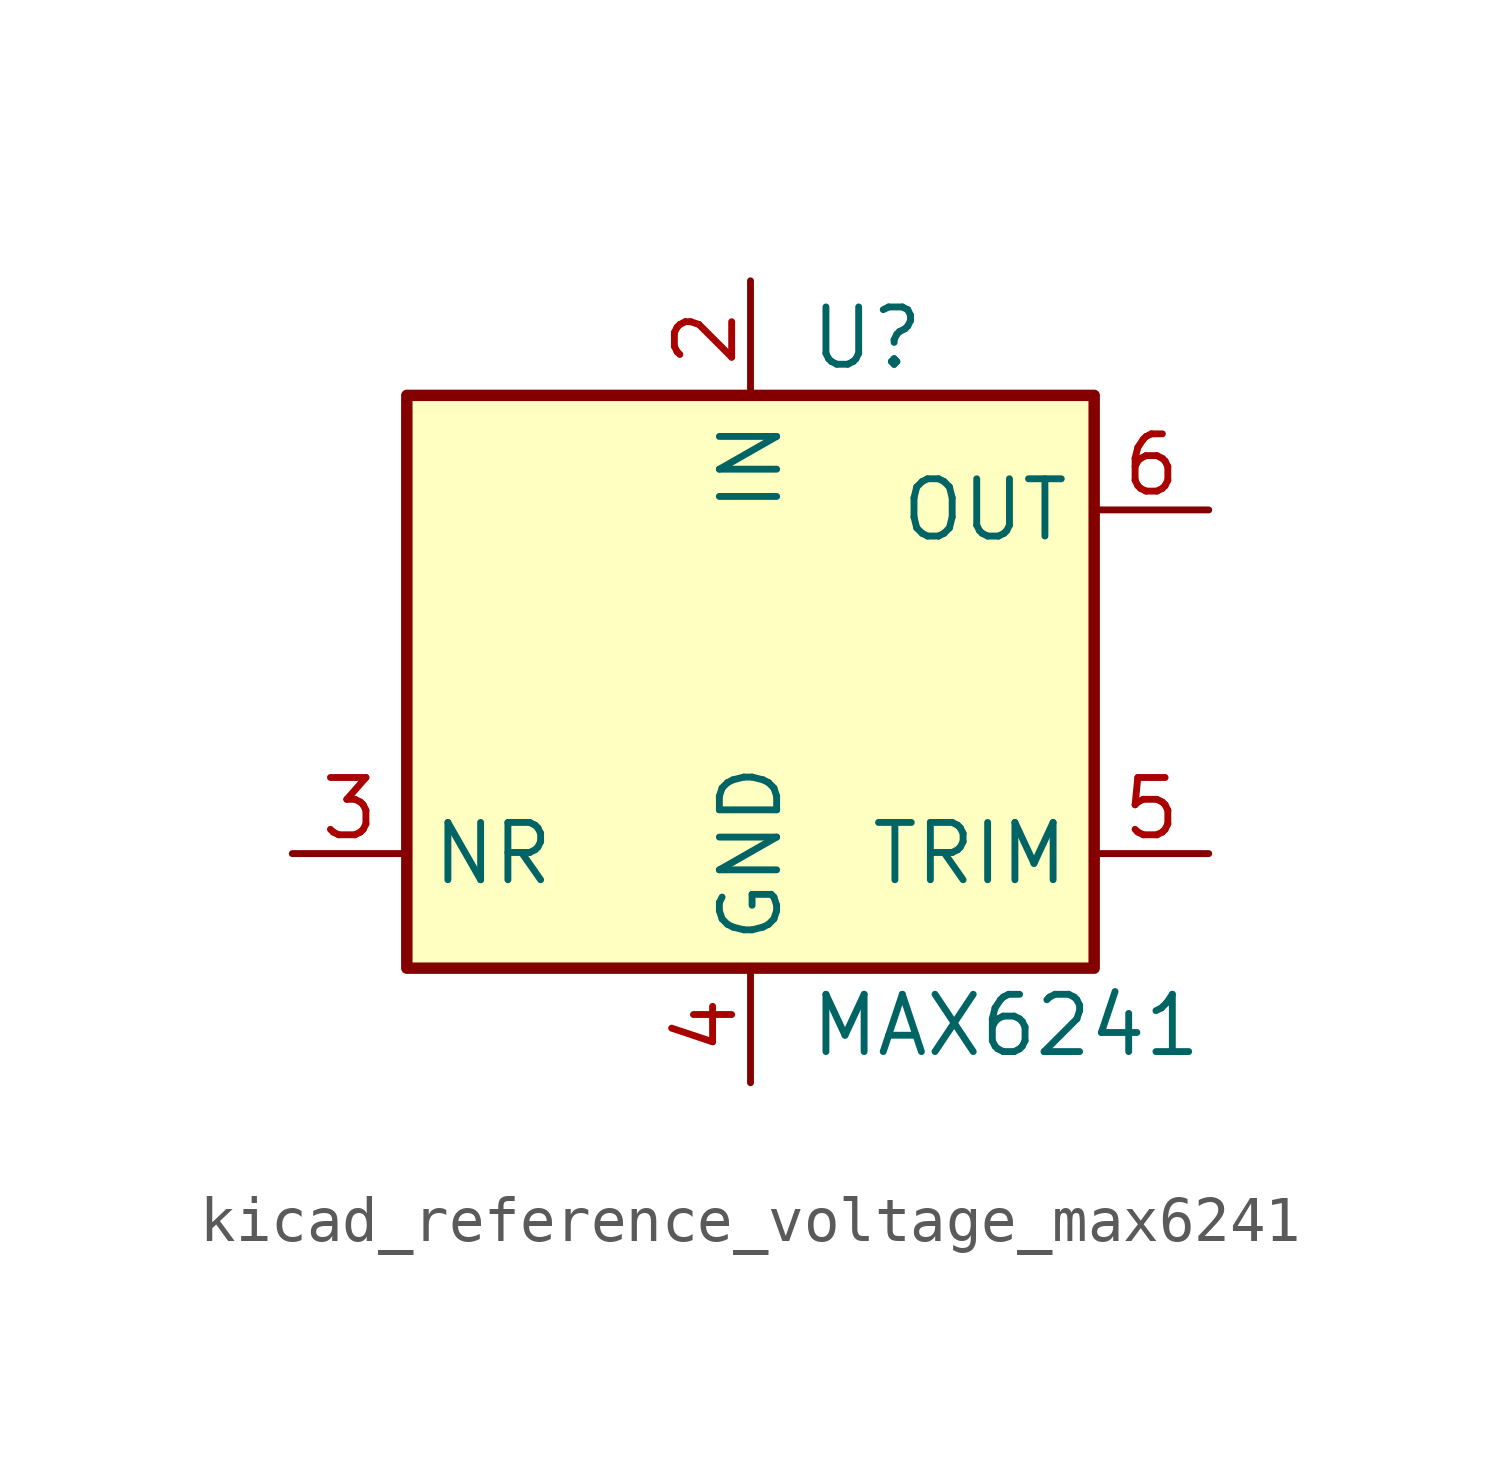
<source format=kicad_sym>
(kicad_symbol_lib
  (version 20220914)
  (generator kicad_symbol_editor)
  (symbol "kicad_reference_voltage_max6241"
    (property "Reference" "U"
      (at 1.27 6.35 0)
      (effects (font (size 1.27 1.27)) (justify left)))
    (property "Value" "MAX6241"
      (at 1.27 -8.89 0)
      (effects (font (size 1.27 1.27)) (justify left)))
    (symbol "kicad_reference_voltage_max6241_0_1"
      (rectangle (start -7.62 5.08) (end 7.62 -7.62) (stroke (width 0.254) (type default)) (fill (type background))))
    (symbol "kicad_reference_voltage_max6241_1_1"
      (pin no_connect line (at -7.62 -2.54 0) (length 2.54) hide (name "NC" (effects (font (size 1.27 1.27)))) (number "1" (effects (font (size 1.27 1.27)))))
      (pin power_in line (at 0 7.62 270) (length 2.54) (name "IN" (effects (font (size 1.27 1.27)))) (number "2" (effects (font (size 1.27 1.27)))))
      (pin passive line (at -10.16 -5.08 0) (length 2.54) (name "NR" (effects (font (size 1.27 1.27)))) (number "3" (effects (font (size 1.27 1.27)))))
      (pin power_in line (at 0 -10.16 90) (length 2.54) (name "GND" (effects (font (size 1.27 1.27)))) (number "4" (effects (font (size 1.27 1.27)))))
      (pin passive line (at 10.16 -5.08 180) (length 2.54) (name "TRIM" (effects (font (size 1.27 1.27)))) (number "5" (effects (font (size 1.27 1.27)))))
      (pin power_out line (at 10.16 2.54 180) (length 2.54) (name "OUT" (effects (font (size 1.27 1.27)))) (number "6" (effects (font (size 1.27 1.27)))))
      (pin no_connect line (at 7.62 0 180) (length 2.54) hide (name "NC" (effects (font (size 1.27 1.27)))) (number "7" (effects (font (size 1.27 1.27)))))
      (pin no_connect line (at 7.62 -2.54 180) (length 2.54) hide (name "NC" (effects (font (size 1.27 1.27)))) (number "8" (effects (font (size 1.27 1.27))))))))
</source>
